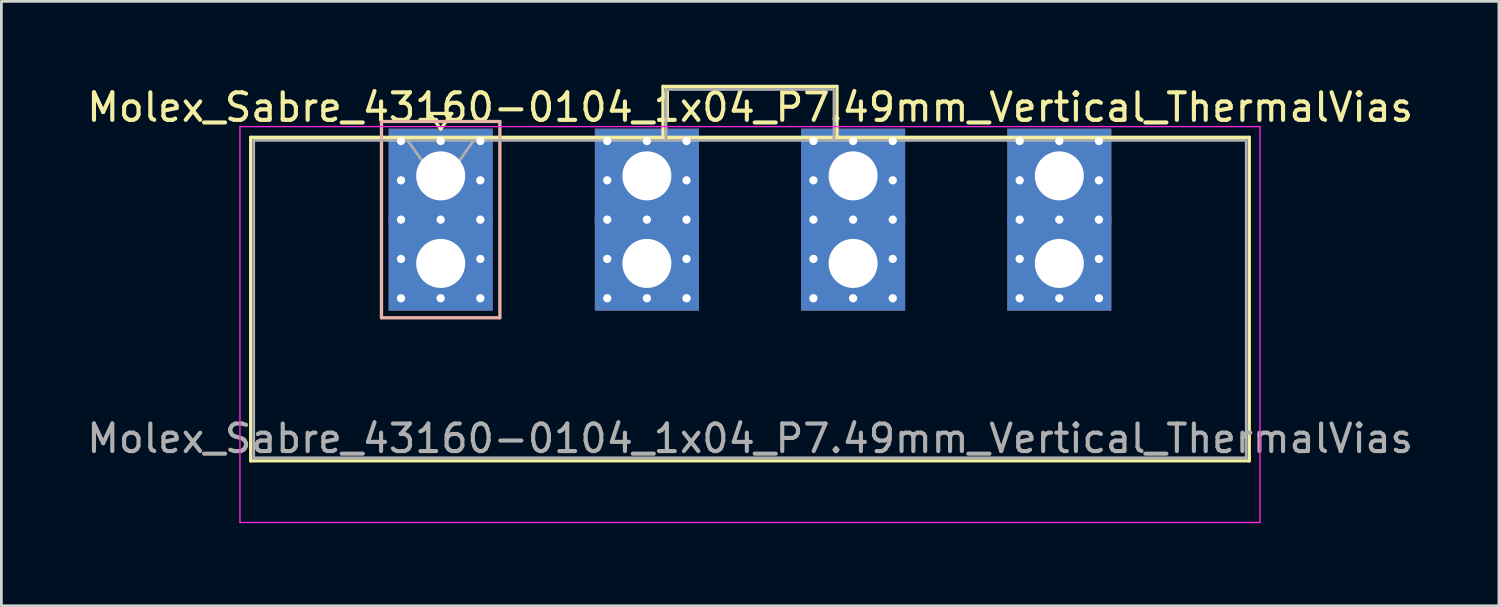
<source format=kicad_pcb>
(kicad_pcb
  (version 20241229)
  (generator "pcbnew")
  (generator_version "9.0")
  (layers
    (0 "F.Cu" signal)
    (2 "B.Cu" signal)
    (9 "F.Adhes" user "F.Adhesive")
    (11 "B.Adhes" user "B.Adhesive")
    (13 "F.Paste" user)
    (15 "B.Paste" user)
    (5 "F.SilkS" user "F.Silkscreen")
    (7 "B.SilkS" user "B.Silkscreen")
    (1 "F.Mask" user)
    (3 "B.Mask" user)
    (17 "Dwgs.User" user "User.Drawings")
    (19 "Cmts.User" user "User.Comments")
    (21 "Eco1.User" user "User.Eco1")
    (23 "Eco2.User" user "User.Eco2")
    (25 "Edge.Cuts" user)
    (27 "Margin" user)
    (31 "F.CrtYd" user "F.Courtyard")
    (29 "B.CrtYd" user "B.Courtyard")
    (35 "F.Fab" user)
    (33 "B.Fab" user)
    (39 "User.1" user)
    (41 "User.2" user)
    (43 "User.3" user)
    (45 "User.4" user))
  (footprint "Molex_Sabre_43160-0104_1x04_P7.49mm_Vertical_ThermalVias"
    (layer "F.Cu")
    (at 12.956 6.518)
    (property "Reference" "Molex_Sabre_43160-0104_1x04_P7.49mm_Vertical_ThermalVias" (at 11.24 -5.67 0) (layer "F.SilkS") (effects (font (size 1 1) (thickness 0.15))))
    (attr through_hole)
    (fp_line (start -6.9 -4.58) (end -6.9 7.17) (stroke (width 0.12) (type solid)) (layer "F.SilkS"))
    (fp_line (start -6.9 7.17) (end 29.37 7.17) (stroke (width 0.12) (type solid)) (layer "F.SilkS"))
    (fp_line (start -0.4 -5.446) (end 0 -4.88) (stroke (width 0.12) (type solid)) (layer "F.SilkS"))
    (fp_line (start 0 -4.88) (end 0.4 -5.446) (stroke (width 0.12) (type solid)) (layer "F.SilkS"))
    (fp_line (start 0.4 -5.446) (end -0.4 -5.446) (stroke (width 0.12) (type solid)) (layer "F.SilkS"))
    (fp_line (start 8.075 -6.43) (end 14.395 -6.43) (stroke (width 0.12) (type solid)) (layer "F.SilkS"))
    (fp_line (start 8.075 -4.58) (end 8.075 -6.43) (stroke (width 0.12) (type solid)) (layer "F.SilkS"))
    (fp_line (start 14.395 -6.43) (end 14.395 -4.58) (stroke (width 0.12) (type solid)) (layer "F.SilkS"))
    (fp_line (start 29.37 -4.58) (end -6.9 -4.58) (stroke (width 0.12) (type solid)) (layer "F.SilkS"))
    (fp_line (start 29.37 7.17) (end 29.37 -4.58) (stroke (width 0.12) (type solid)) (layer "F.SilkS"))
    (fp_line (start -2.15 -5.155) (end -2.15 1.975) (stroke (width 0.12) (type solid)) (layer "B.SilkS"))
    (fp_line (start -2.15 1.975) (end 2.15 1.975) (stroke (width 0.12) (type solid)) (layer "B.SilkS"))
    (fp_line (start 2.15 -5.155) (end -2.15 -5.155) (stroke (width 0.12) (type solid)) (layer "B.SilkS"))
    (fp_line (start 2.15 1.975) (end 2.15 -5.155) (stroke (width 0.12) (type solid)) (layer "B.SilkS"))
    (fp_line (start -7.29 -4.97) (end -7.29 9.41) (stroke (width 0.05) (type solid)) (layer "F.CrtYd"))
    (fp_line (start -7.29 9.41) (end 29.76 9.41) (stroke (width 0.05) (type solid)) (layer "F.CrtYd"))
    (fp_line (start 29.76 -4.97) (end -7.29 -4.97) (stroke (width 0.05) (type solid)) (layer "F.CrtYd"))
    (fp_line (start 29.76 9.41) (end 29.76 -4.97) (stroke (width 0.05) (type solid)) (layer "F.CrtYd"))
    (fp_line (start -6.79 -4.47) (end -6.79 7.06) (stroke (width 0.1) (type solid)) (layer "F.Fab"))
    (fp_line (start -6.79 7.06) (end 29.26 7.06) (stroke (width 0.1) (type solid)) (layer "F.Fab"))
    (fp_line (start -1.2 -4.47) (end 0 -2.773) (stroke (width 0.1) (type solid)) (layer "F.Fab"))
    (fp_line (start 0 -2.773) (end 1.2 -4.47) (stroke (width 0.1) (type solid)) (layer "F.Fab"))
    (fp_line (start 8.185 -6.32) (end 14.285 -6.32) (stroke (width 0.1) (type solid)) (layer "F.Fab"))
    (fp_line (start 8.185 -4.47) (end 8.185 -6.32) (stroke (width 0.1) (type solid)) (layer "F.Fab"))
    (fp_line (start 14.285 -6.32) (end 14.285 -4.47) (stroke (width 0.1) (type solid)) (layer "F.Fab"))
    (fp_line (start 29.26 -4.47) (end -6.79 -4.47) (stroke (width 0.1) (type solid)) (layer "F.Fab"))
    (fp_line (start 29.26 7.06) (end 29.26 -4.47) (stroke (width 0.1) (type solid)) (layer "F.Fab"))
    (fp_text user "${REFERENCE}" (at 11.24 6.36 0) (layer "F.Fab") (effects (font (size 1 1) (thickness 0.15))))
    (pad "1" thru_hole rect (at -1.44 -4.445) (size 0.6 0.6) (drill 0.3) (layers "*.Cu" "*.Mask"))
    (pad "1" thru_hole rect (at -1.44 -3.018) (size 0.6 0.6) (drill 0.3) (layers "*.Cu" "*.Mask"))
    (pad "1" thru_hole rect (at -1.44 -1.59) (size 0.6 0.6) (drill 0.3) (layers "*.Cu" "*.Mask"))
    (pad "1" thru_hole rect (at -1.44 -0.163) (size 0.6 0.6) (drill 0.3) (layers "*.Cu" "*.Mask"))
    (pad "1" thru_hole rect (at -1.44 1.265) (size 0.6 0.6) (drill 0.3) (layers "*.Cu" "*.Mask"))
    (pad "1" thru_hole rect (at 0 -4.445) (size 0.6 0.6) (drill 0.3) (layers "*.Cu" "*.Mask"))
    (pad "1" thru_hole rect (at 0 -3.18) (size 3.78 3.43) (drill 1.78) (layers "*.Cu" "*.Mask"))
    (pad "1" thru_hole rect (at 0 -1.59) (size 0.6 0.6) (drill 0.3) (layers "*.Cu" "*.Mask"))
    (pad "1" thru_hole rect (at 0 0) (size 3.78 3.43) (drill 1.78) (layers "*.Cu" "*.Mask"))
    (pad "1" thru_hole rect (at 0 1.265) (size 0.6 0.6) (drill 0.3) (layers "*.Cu" "*.Mask"))
    (pad "1" thru_hole rect (at 1.44 -4.445) (size 0.6 0.6) (drill 0.3) (layers "*.Cu" "*.Mask"))
    (pad "1" thru_hole rect (at 1.44 -3.018) (size 0.6 0.6) (drill 0.3) (layers "*.Cu" "*.Mask"))
    (pad "1" thru_hole rect (at 1.44 -1.59) (size 0.6 0.6) (drill 0.3) (layers "*.Cu" "*.Mask"))
    (pad "1" thru_hole rect (at 1.44 -0.163) (size 0.6 0.6) (drill 0.3) (layers "*.Cu" "*.Mask"))
    (pad "1" thru_hole rect (at 1.44 1.265) (size 0.6 0.6) (drill 0.3) (layers "*.Cu" "*.Mask"))
    (pad "2" thru_hole circle (at 6.05 -4.445) (size 0.6 0.6) (drill 0.3) (layers "*.Cu" "*.Mask"))
    (pad "2" thru_hole circle (at 6.05 -3.018) (size 0.6 0.6) (drill 0.3) (layers "*.Cu" "*.Mask"))
    (pad "2" thru_hole circle (at 6.05 -1.59) (size 0.6 0.6) (drill 0.3) (layers "*.Cu" "*.Mask"))
    (pad "2" thru_hole circle (at 6.05 -0.163) (size 0.6 0.6) (drill 0.3) (layers "*.Cu" "*.Mask"))
    (pad "2" thru_hole circle (at 6.05 1.265) (size 0.6 0.6) (drill 0.3) (layers "*.Cu" "*.Mask"))
    (pad "2" thru_hole circle (at 7.49 -4.445) (size 0.6 0.6) (drill 0.3) (layers "*.Cu" "*.Mask"))
    (pad "2" thru_hole rect (at 7.49 -3.18) (size 3.78 3.43) (drill 1.78) (layers "*.Cu" "*.Mask"))
    (pad "2" thru_hole circle (at 7.49 -1.59) (size 0.6 0.6) (drill 0.3) (layers "*.Cu" "*.Mask"))
    (pad "2" thru_hole rect (at 7.49 0) (size 3.78 3.43) (drill 1.78) (layers "*.Cu" "*.Mask"))
    (pad "2" thru_hole circle (at 7.49 1.265) (size 0.6 0.6) (drill 0.3) (layers "*.Cu" "*.Mask"))
    (pad "2" thru_hole circle (at 8.93 -4.445) (size 0.6 0.6) (drill 0.3) (layers "*.Cu" "*.Mask"))
    (pad "2" thru_hole circle (at 8.93 -3.018) (size 0.6 0.6) (drill 0.3) (layers "*.Cu" "*.Mask"))
    (pad "2" thru_hole circle (at 8.93 -1.59) (size 0.6 0.6) (drill 0.3) (layers "*.Cu" "*.Mask"))
    (pad "2" thru_hole circle (at 8.93 -0.163) (size 0.6 0.6) (drill 0.3) (layers "*.Cu" "*.Mask"))
    (pad "2" thru_hole circle (at 8.93 1.265) (size 0.6 0.6) (drill 0.3) (layers "*.Cu" "*.Mask"))
    (pad "3" thru_hole circle (at 13.54 -4.445) (size 0.6 0.6) (drill 0.3) (layers "*.Cu" "*.Mask"))
    (pad "3" thru_hole circle (at 13.54 -3.018) (size 0.6 0.6) (drill 0.3) (layers "*.Cu" "*.Mask"))
    (pad "3" thru_hole circle (at 13.54 -1.59) (size 0.6 0.6) (drill 0.3) (layers "*.Cu" "*.Mask"))
    (pad "3" thru_hole circle (at 13.54 -0.163) (size 0.6 0.6) (drill 0.3) (layers "*.Cu" "*.Mask"))
    (pad "3" thru_hole circle (at 13.54 1.265) (size 0.6 0.6) (drill 0.3) (layers "*.Cu" "*.Mask"))
    (pad "3" thru_hole circle (at 14.98 -4.445) (size 0.6 0.6) (drill 0.3) (layers "*.Cu" "*.Mask"))
    (pad "3" thru_hole rect (at 14.98 -3.18) (size 3.78 3.43) (drill 1.78) (layers "*.Cu" "*.Mask"))
    (pad "3" thru_hole circle (at 14.98 -1.59) (size 0.6 0.6) (drill 0.3) (layers "*.Cu" "*.Mask"))
    (pad "3" thru_hole rect (at 14.98 0) (size 3.78 3.43) (drill 1.78) (layers "*.Cu" "*.Mask"))
    (pad "3" thru_hole circle (at 14.98 1.265) (size 0.6 0.6) (drill 0.3) (layers "*.Cu" "*.Mask"))
    (pad "3" thru_hole circle (at 16.42 -4.445) (size 0.6 0.6) (drill 0.3) (layers "*.Cu" "*.Mask"))
    (pad "3" thru_hole circle (at 16.42 -3.018) (size 0.6 0.6) (drill 0.3) (layers "*.Cu" "*.Mask"))
    (pad "3" thru_hole circle (at 16.42 -1.59) (size 0.6 0.6) (drill 0.3) (layers "*.Cu" "*.Mask"))
    (pad "3" thru_hole circle (at 16.42 -0.163) (size 0.6 0.6) (drill 0.3) (layers "*.Cu" "*.Mask"))
    (pad "3" thru_hole circle (at 16.42 1.265) (size 0.6 0.6) (drill 0.3) (layers "*.Cu" "*.Mask"))
    (pad "4" thru_hole circle (at 21.03 -4.445) (size 0.6 0.6) (drill 0.3) (layers "*.Cu" "*.Mask"))
    (pad "4" thru_hole circle (at 21.03 -3.018) (size 0.6 0.6) (drill 0.3) (layers "*.Cu" "*.Mask"))
    (pad "4" thru_hole circle (at 21.03 -1.59) (size 0.6 0.6) (drill 0.3) (layers "*.Cu" "*.Mask"))
    (pad "4" thru_hole circle (at 21.03 -0.163) (size 0.6 0.6) (drill 0.3) (layers "*.Cu" "*.Mask"))
    (pad "4" thru_hole circle (at 21.03 1.265) (size 0.6 0.6) (drill 0.3) (layers "*.Cu" "*.Mask"))
    (pad "4" thru_hole circle (at 22.47 -4.445) (size 0.6 0.6) (drill 0.3) (layers "*.Cu" "*.Mask"))
    (pad "4" thru_hole rect (at 22.47 -3.18) (size 3.78 3.43) (drill 1.78) (layers "*.Cu" "*.Mask"))
    (pad "4" thru_hole circle (at 22.47 -1.59) (size 0.6 0.6) (drill 0.3) (layers "*.Cu" "*.Mask"))
    (pad "4" thru_hole rect (at 22.47 0) (size 3.78 3.43) (drill 1.78) (layers "*.Cu" "*.Mask"))
    (pad "4" thru_hole circle (at 22.47 1.265) (size 0.6 0.6) (drill 0.3) (layers "*.Cu" "*.Mask"))
    (pad "4" thru_hole circle (at 23.91 -4.445) (size 0.6 0.6) (drill 0.3) (layers "*.Cu" "*.Mask"))
    (pad "4" thru_hole circle (at 23.91 -3.018) (size 0.6 0.6) (drill 0.3) (layers "*.Cu" "*.Mask"))
    (pad "4" thru_hole circle (at 23.91 -1.59) (size 0.6 0.6) (drill 0.3) (layers "*.Cu" "*.Mask"))
    (pad "4" thru_hole circle (at 23.91 -0.163) (size 0.6 0.6) (drill 0.3) (layers "*.Cu" "*.Mask"))
    (pad "4" thru_hole circle (at 23.91 1.265) (size 0.6 0.6) (drill 0.3) (layers "*.Cu" "*.Mask")))
  (gr_rect
    (start -3 -3)
    (end 51.393 18.953)
    (stroke (width 0.1) (type default))
    (fill no)
    (layer "Edge.Cuts")))
</source>
